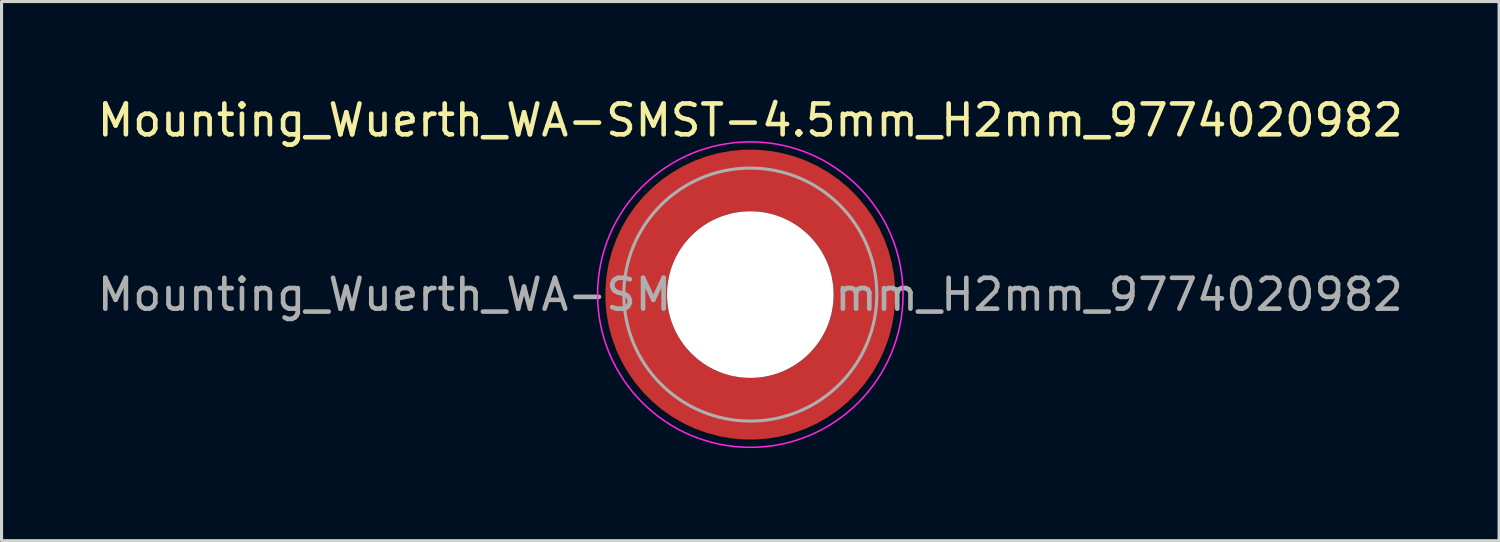
<source format=kicad_pcb>
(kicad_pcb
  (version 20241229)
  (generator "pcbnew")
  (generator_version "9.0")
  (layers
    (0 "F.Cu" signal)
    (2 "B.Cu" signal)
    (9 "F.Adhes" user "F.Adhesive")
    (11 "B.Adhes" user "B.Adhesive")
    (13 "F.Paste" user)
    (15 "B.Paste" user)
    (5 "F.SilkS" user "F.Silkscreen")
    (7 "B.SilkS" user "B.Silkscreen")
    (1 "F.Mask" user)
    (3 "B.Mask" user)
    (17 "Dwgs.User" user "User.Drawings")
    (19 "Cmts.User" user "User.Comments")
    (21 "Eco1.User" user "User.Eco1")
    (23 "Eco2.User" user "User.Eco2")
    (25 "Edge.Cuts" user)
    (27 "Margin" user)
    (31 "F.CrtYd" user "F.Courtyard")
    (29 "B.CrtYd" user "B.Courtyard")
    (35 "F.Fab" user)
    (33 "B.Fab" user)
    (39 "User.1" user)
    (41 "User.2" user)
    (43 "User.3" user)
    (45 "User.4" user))
  (footprint "Mounting_Wuerth_WA-SMST-4.5mm_H2mm_9774020982"
    (layer "F.Cu")
    (at 21.268 6.498)
    (property "Reference" "Mounting_Wuerth_WA-SMST-4.5mm_H2mm_9774020982" (at 0 -5.65 0) (layer "F.SilkS") (effects (font (size 1 1) (thickness 0.15))))
    (attr smd allow_soldermask_bridges)
    (fp_circle (center 0 0) (end 4.95 0) (stroke (width 0.05) (type solid)) (fill no) (layer "F.CrtYd"))
    (fp_circle (center 0 0) (end 4.1 0) (stroke (width 0.1) (type solid)) (fill no) (layer "F.Fab"))
    (fp_text user "${REFERENCE}" (at 0 0 0) (layer "F.Fab") (effects (font (size 1 1) (thickness 0.15))))
    (pad "" smd custom (at -2.607 -2.607) (size 0.948 0.948) (layers "F.Paste") (options (anchor circle)) (primitives (gr_arc (start -0.188183 2.107456) (mid 0.599273 0.599273) (end 2.107456 -0.188183) (width 0.2)) (gr_arc (start -0.289416 2.107456) (mid 0.52877 0.52877) (end 2.107456 -0.289416) (width 0.2)) (gr_arc (start -0.390547 2.107456) (mid 0.458268 0.458268) (end 2.107456 -0.390547) (width 0.2)) (gr_arc (start -0.491585 2.107456) (mid 0.387765 0.387765) (end 2.107456 -0.491585) (width 0.2)) (gr_arc (start -0.59254 2.107456) (mid 0.317262 0.317262) (end 2.107456 -0.59254) (width 0.2)) (gr_arc (start -0.693419 2.107456) (mid 0.246759 0.246759) (end 2.107456 -0.693419) (width 0.2)) (gr_arc (start -0.794229 2.107456) (mid 0.176257 0.176257) (end 2.107456 -0.794229) (width 0.2)) (gr_arc (start -0.894975 2.107456) (mid 0.105754 0.105754) (end 2.107456 -0.894975) (width 0.2)) (gr_arc (start -0.995664 2.107456) (mid 0.035251 0.035251) (end 2.107456 -0.995664) (width 0.2)) (gr_arc (start -1.0963 2.107456) (mid -0.035251 -0.035251) (end 2.107456 -1.0963) (width 0.2)) (gr_arc (start -1.196886 2.107456) (mid -0.105754 -0.105754) (end 2.107456 -1.196886) (width 0.2)) (gr_arc (start -1.297427 2.107456) (mid -0.176257 -0.176257) (end 2.107456 -1.297427) (width 0.2)) (gr_arc (start -1.397927 2.107456) (mid -0.246759 -0.246759) (end 2.107456 -1.397927) (width 0.2)) (gr_arc (start -1.498388 2.107456) (mid -0.317262 -0.317262) (end 2.107456 -1.498388) (width 0.2)) (gr_arc (start -1.598813 2.107456) (mid -0.387765 -0.387765) (end 2.107456 -1.598813) (width 0.2)) (gr_arc (start -1.699204 2.107456) (mid -0.458268 -0.458268) (end 2.107456 -1.699204) (width 0.2)) (gr_arc (start -1.799565 2.107456) (mid -0.52877 -0.52877) (end 2.107456 -1.799565) (width 0.2)) (gr_arc (start -1.899896 2.107456) (mid -0.599273 -0.599273) (end 2.107456 -1.899896) (width 0.2)) (gr_arc (start -1.899896 2.107456) (mid -0.599273 -0.599273) (end 2.107456 -1.899896) (width 0.2)) (gr_line (start 2.107 -0.188) (end 2.107 -1.9) (width 0.2)) (gr_line (start -0.188 2.107) (end -1.9 2.107) (width 0.2))))
    (pad "" smd custom (at -2.607 2.607) (size 0.948 0.948) (layers "F.Paste") (options (anchor circle)) (primitives (gr_arc (start 2.107456 0.188183) (mid 0.599273 -0.599273) (end -0.188183 -2.107456) (width 0.2)) (gr_arc (start 2.107456 0.289416) (mid 0.52877 -0.52877) (end -0.289416 -2.107456) (width 0.2)) (gr_arc (start 2.107456 0.390547) (mid 0.458268 -0.458268) (end -0.390547 -2.107456) (width 0.2)) (gr_arc (start 2.107456 0.491585) (mid 0.387765 -0.387765) (end -0.491585 -2.107456) (width 0.2)) (gr_arc (start 2.107456 0.59254) (mid 0.317262 -0.317262) (end -0.59254 -2.107456) (width 0.2)) (gr_arc (start 2.107456 0.693419) (mid 0.246759 -0.246759) (end -0.693419 -2.107456) (width 0.2)) (gr_arc (start 2.107456 0.794229) (mid 0.176257 -0.176257) (end -0.794229 -2.107456) (width 0.2)) (gr_arc (start 2.107456 0.894975) (mid 0.105754 -0.105754) (end -0.894975 -2.107456) (width 0.2)) (gr_arc (start 2.107456 0.995664) (mid 0.035251 -0.035251) (end -0.995664 -2.107456) (width 0.2)) (gr_arc (start 2.107456 1.0963) (mid -0.035251 0.035251) (end -1.0963 -2.107456) (width 0.2)) (gr_arc (start 2.107456 1.196886) (mid -0.105754 0.105754) (end -1.196886 -2.107456) (width 0.2)) (gr_arc (start 2.107456 1.297427) (mid -0.176257 0.176257) (end -1.297427 -2.107456) (width 0.2)) (gr_arc (start 2.107456 1.397927) (mid -0.246759 0.246759) (end -1.397927 -2.107456) (width 0.2)) (gr_arc (start 2.107456 1.498388) (mid -0.317262 0.317262) (end -1.498388 -2.107456) (width 0.2)) (gr_arc (start 2.107456 1.598813) (mid -0.387765 0.387765) (end -1.598813 -2.107456) (width 0.2)) (gr_arc (start 2.107456 1.699204) (mid -0.458268 0.458268) (end -1.699204 -2.107456) (width 0.2)) (gr_arc (start 2.107456 1.799565) (mid -0.52877 0.52877) (end -1.799565 -2.107456) (width 0.2)) (gr_arc (start 2.107456 1.899896) (mid -0.599273 0.599273) (end -1.899896 -2.107456) (width 0.2)) (gr_arc (start 2.107456 1.899896) (mid -0.599273 0.599273) (end -1.899896 -2.107456) (width 0.2)) (gr_line (start -0.188 -2.107) (end -1.9 -2.107) (width 0.2)) (gr_line (start 2.107 0.188) (end 2.107 1.9) (width 0.2))))
    (pad "" np_thru_hole circle (at 0 0) (size 5.4 5.4) (drill 5.4) (layers "*.Cu" "*.Mask"))
    (pad "" smd custom (at 2.607 -2.607) (size 0.948 0.948) (layers "F.Paste") (options (anchor circle)) (primitives (gr_arc (start -2.107456 -0.188183) (mid -0.599273 0.599273) (end 0.188183 2.107456) (width 0.2)) (gr_arc (start -2.107456 -0.289416) (mid -0.52877 0.52877) (end 0.289416 2.107456) (width 0.2)) (gr_arc (start -2.107456 -0.390547) (mid -0.458268 0.458268) (end 0.390547 2.107456) (width 0.2)) (gr_arc (start -2.107456 -0.491585) (mid -0.387765 0.387765) (end 0.491585 2.107456) (width 0.2)) (gr_arc (start -2.107456 -0.59254) (mid -0.317262 0.317262) (end 0.59254 2.107456) (width 0.2)) (gr_arc (start -2.107456 -0.693419) (mid -0.246759 0.246759) (end 0.693419 2.107456) (width 0.2)) (gr_arc (start -2.107456 -0.794229) (mid -0.176257 0.176257) (end 0.794229 2.107456) (width 0.2)) (gr_arc (start -2.107456 -0.894975) (mid -0.105754 0.105754) (end 0.894975 2.107456) (width 0.2)) (gr_arc (start -2.107456 -0.995664) (mid -0.035251 0.035251) (end 0.995664 2.107456) (width 0.2)) (gr_arc (start -2.107456 -1.0963) (mid 0.035251 -0.035251) (end 1.0963 2.107456) (width 0.2)) (gr_arc (start -2.107456 -1.196886) (mid 0.105754 -0.105754) (end 1.196886 2.107456) (width 0.2)) (gr_arc (start -2.107456 -1.297427) (mid 0.176257 -0.176257) (end 1.297427 2.107456) (width 0.2)) (gr_arc (start -2.107456 -1.397927) (mid 0.246759 -0.246759) (end 1.397927 2.107456) (width 0.2)) (gr_arc (start -2.107456 -1.498388) (mid 0.317262 -0.317262) (end 1.498388 2.107456) (width 0.2)) (gr_arc (start -2.107456 -1.598813) (mid 0.387765 -0.387765) (end 1.598813 2.107456) (width 0.2)) (gr_arc (start -2.107456 -1.699204) (mid 0.458268 -0.458268) (end 1.699204 2.107456) (width 0.2)) (gr_arc (start -2.107456 -1.799565) (mid 0.52877 -0.52877) (end 1.799565 2.107456) (width 0.2)) (gr_arc (start -2.107456 -1.899896) (mid 0.599273 -0.599273) (end 1.899896 2.107456) (width 0.2)) (gr_arc (start -2.107456 -1.899896) (mid 0.599273 -0.599273) (end 1.899896 2.107456) (width 0.2)) (gr_line (start 0.188 2.107) (end 1.9 2.107) (width 0.2)) (gr_line (start -2.107 -0.188) (end -2.107 -1.9) (width 0.2))))
    (pad "" smd custom (at 2.607 2.607) (size 0.948 0.948) (layers "F.Paste") (options (anchor circle)) (primitives (gr_arc (start 0.188183 -2.107456) (mid -0.599273 -0.599273) (end -2.107456 0.188183) (width 0.2)) (gr_arc (start 0.289416 -2.107456) (mid -0.52877 -0.52877) (end -2.107456 0.289416) (width 0.2)) (gr_arc (start 0.390547 -2.107456) (mid -0.458268 -0.458268) (end -2.107456 0.390547) (width 0.2)) (gr_arc (start 0.491585 -2.107456) (mid -0.387765 -0.387765) (end -2.107456 0.491585) (width 0.2)) (gr_arc (start 0.59254 -2.107456) (mid -0.317262 -0.317262) (end -2.107456 0.59254) (width 0.2)) (gr_arc (start 0.693419 -2.107456) (mid -0.246759 -0.246759) (end -2.107456 0.693419) (width 0.2)) (gr_arc (start 0.794229 -2.107456) (mid -0.176257 -0.176257) (end -2.107456 0.794229) (width 0.2)) (gr_arc (start 0.894975 -2.107456) (mid -0.105754 -0.105754) (end -2.107456 0.894975) (width 0.2)) (gr_arc (start 0.995664 -2.107456) (mid -0.035251 -0.035251) (end -2.107456 0.995664) (width 0.2)) (gr_arc (start 1.0963 -2.107456) (mid 0.035251 0.035251) (end -2.107456 1.0963) (width 0.2)) (gr_arc (start 1.196886 -2.107456) (mid 0.105754 0.105754) (end -2.107456 1.196886) (width 0.2)) (gr_arc (start 1.297427 -2.107456) (mid 0.176257 0.176257) (end -2.107456 1.297427) (width 0.2)) (gr_arc (start 1.397927 -2.107456) (mid 0.246759 0.246759) (end -2.107456 1.397927) (width 0.2)) (gr_arc (start 1.498388 -2.107456) (mid 0.317262 0.317262) (end -2.107456 1.498388) (width 0.2)) (gr_arc (start 1.598813 -2.107456) (mid 0.387765 0.387765) (end -2.107456 1.598813) (width 0.2)) (gr_arc (start 1.699204 -2.107456) (mid 0.458268 0.458268) (end -2.107456 1.699204) (width 0.2)) (gr_arc (start 1.799565 -2.107456) (mid 0.52877 0.52877) (end -2.107456 1.799565) (width 0.2)) (gr_arc (start 1.899896 -2.107456) (mid 0.599273 0.599273) (end -2.107456 1.899896) (width 0.2)) (gr_arc (start 1.899896 -2.107456) (mid 0.599273 0.599273) (end -2.107456 1.899896) (width 0.2)) (gr_line (start -2.107 0.188) (end -2.107 1.9) (width 0.2)) (gr_line (start 0.188 -2.107) (end 1.9 -2.107) (width 0.2))))
    (pad "1" smd circle (at -3.7 0) (size 1.492 1.492) (layers "F.Cu"))
    (pad "1" smd circle (at 0 -3.7) (size 1.492 1.492) (layers "F.Cu"))
    (pad "1" smd circle (at 0 3.7) (size 1.492 1.492) (layers "F.Cu"))
    (pad "1" smd custom (at 3.7 0) (size 2 2) (layers "F.Cu" "F.Mask") (options (anchor circle)) (primitives (gr_circle (center -3.7 0) (end 0 0) (width 2) (fill no)))))
  (gr_rect
    (start -3 -3)
    (end 45.536 14.473)
    (stroke (width 0.1) (type default))
    (fill no)
    (layer "Edge.Cuts")))
</source>
